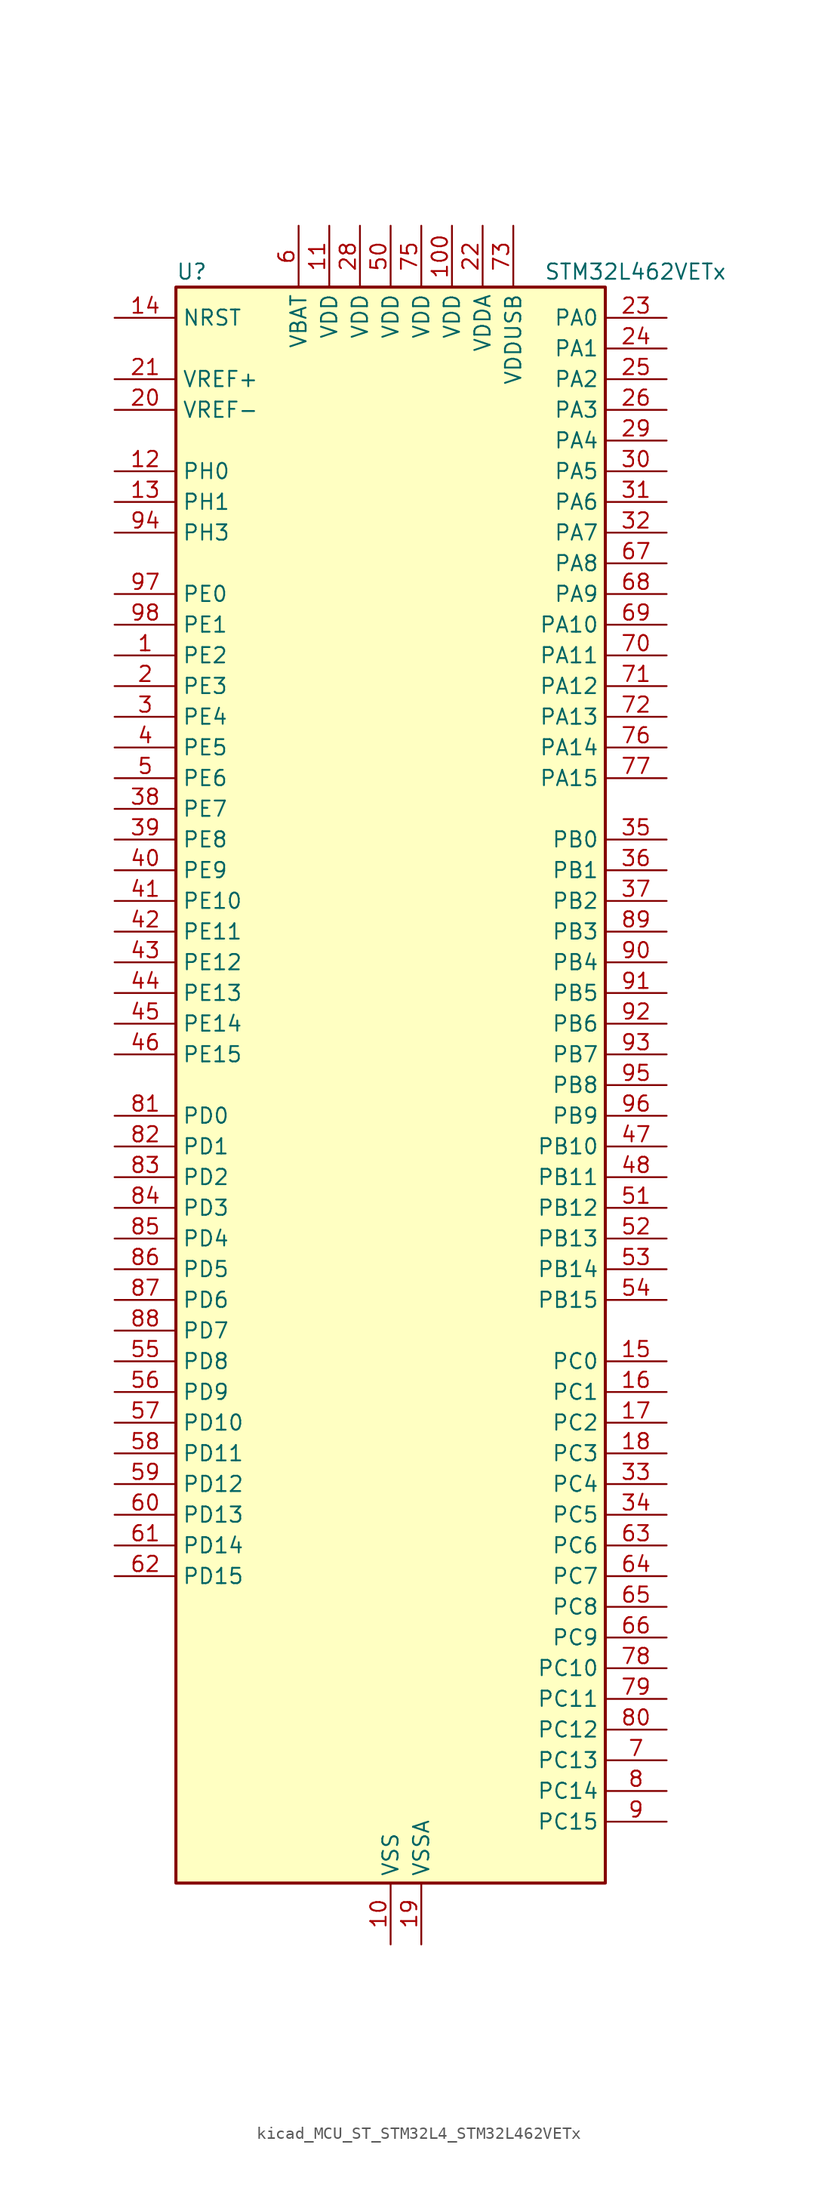
<source format=kicad_sym>
(kicad_symbol_lib
  (version 20220914)
  (generator kicad_symbol_editor)
  (symbol "kicad_MCU_ST_STM32L4_STM32L462VETx"
    (property "Reference" "U"
      (at -17.78 67.31 0)
      (effects (font (size 1.27 1.27)) (justify left)))
    (property "Value" "STM32L462VETx"
      (at 12.7 67.31 0)
      (effects (font (size 1.27 1.27)) (justify left)))
    (property "ki_locked" ""
      (at 0 0 0)
      (effects (font (size 1.27 1.27))))
    (symbol "kicad_MCU_ST_STM32L4_STM32L462VETx_0_1"
      (rectangle (start -17.78 -66.04) (end 17.78 66.04) (stroke (width 0.254) (type default)) (fill (type background))))
    (symbol "kicad_MCU_ST_STM32L4_STM32L462VETx_1_1"
      (pin bidirectional line (at -22.86 35.56 0) (length 5.08) (name "PE2" (effects (font (size 1.27 1.27)))) (number "1" (effects (font (size 1.27 1.27)))) (alternate "SAI1_MCLK_A" bidirectional line) (alternate "SYS_TRACECLK" bidirectional line) (alternate "TIM3_ETR" bidirectional line) (alternate "TSC_G7_IO1" bidirectional line))
      (pin power_in line (at 0 -71.12 90) (length 5.08) (name "VSS" (effects (font (size 1.27 1.27)))) (number "10" (effects (font (size 1.27 1.27)))))
      (pin power_in line (at 5.08 71.12 270) (length 5.08) (name "VDD" (effects (font (size 1.27 1.27)))) (number "100" (effects (font (size 1.27 1.27)))))
      (pin power_in line (at -5.08 71.12 270) (length 5.08) (name "VDD" (effects (font (size 1.27 1.27)))) (number "11" (effects (font (size 1.27 1.27)))))
      (pin bidirectional line (at -22.86 50.8 0) (length 5.08) (name "PH0" (effects (font (size 1.27 1.27)))) (number "12" (effects (font (size 1.27 1.27)))) (alternate "RCC_OSC_IN" bidirectional line))
      (pin bidirectional line (at -22.86 48.26 0) (length 5.08) (name "PH1" (effects (font (size 1.27 1.27)))) (number "13" (effects (font (size 1.27 1.27)))) (alternate "RCC_OSC_OUT" bidirectional line))
      (pin input line (at -22.86 63.5 0) (length 5.08) (name "NRST" (effects (font (size 1.27 1.27)))) (number "14" (effects (font (size 1.27 1.27)))))
      (pin bidirectional line (at 22.86 -22.86 180) (length 5.08) (name "PC0" (effects (font (size 1.27 1.27)))) (number "15" (effects (font (size 1.27 1.27)))) (alternate "ADC1_IN1" bidirectional line) (alternate "I2C3_SCL" bidirectional line) (alternate "I2C4_SCL" bidirectional line) (alternate "LPTIM1_IN1" bidirectional line) (alternate "LPTIM2_IN1" bidirectional line) (alternate "LPUART1_RX" bidirectional line))
      (pin bidirectional line (at 22.86 -25.4 180) (length 5.08) (name "PC1" (effects (font (size 1.27 1.27)))) (number "16" (effects (font (size 1.27 1.27)))) (alternate "ADC1_IN2" bidirectional line) (alternate "I2C3_SDA" bidirectional line) (alternate "I2C4_SDA" bidirectional line) (alternate "LPTIM1_OUT" bidirectional line) (alternate "LPUART1_TX" bidirectional line) (alternate "SYS_TRACED0" bidirectional line))
      (pin bidirectional line (at 22.86 -27.94 180) (length 5.08) (name "PC2" (effects (font (size 1.27 1.27)))) (number "17" (effects (font (size 1.27 1.27)))) (alternate "ADC1_IN3" bidirectional line) (alternate "DFSDM1_CKOUT" bidirectional line) (alternate "LPTIM1_IN2" bidirectional line) (alternate "SPI2_MISO" bidirectional line))
      (pin bidirectional line (at 22.86 -30.48 180) (length 5.08) (name "PC3" (effects (font (size 1.27 1.27)))) (number "18" (effects (font (size 1.27 1.27)))) (alternate "ADC1_IN4" bidirectional line) (alternate "LPTIM1_ETR" bidirectional line) (alternate "LPTIM2_ETR" bidirectional line) (alternate "SAI1_SD_A" bidirectional line) (alternate "SPI2_MOSI" bidirectional line))
      (pin power_in line (at 2.54 -71.12 90) (length 5.08) (name "VSSA" (effects (font (size 1.27 1.27)))) (number "19" (effects (font (size 1.27 1.27)))))
      (pin bidirectional line (at -22.86 33.02 0) (length 5.08) (name "PE3" (effects (font (size 1.27 1.27)))) (number "2" (effects (font (size 1.27 1.27)))) (alternate "SAI1_SD_B" bidirectional line) (alternate "SYS_TRACED0" bidirectional line) (alternate "TIM3_CH1" bidirectional line) (alternate "TSC_G7_IO2" bidirectional line))
      (pin input line (at -22.86 55.88 0) (length 5.08) (name "VREF-" (effects (font (size 1.27 1.27)))) (number "20" (effects (font (size 1.27 1.27)))))
      (pin input line (at -22.86 58.42 0) (length 5.08) (name "VREF+" (effects (font (size 1.27 1.27)))) (number "21" (effects (font (size 1.27 1.27)))) (alternate "VREFBUF_OUT" bidirectional line))
      (pin power_in line (at 7.62 71.12 270) (length 5.08) (name "VDDA" (effects (font (size 1.27 1.27)))) (number "22" (effects (font (size 1.27 1.27)))))
      (pin bidirectional line (at 22.86 63.5 180) (length 5.08) (name "PA0" (effects (font (size 1.27 1.27)))) (number "23" (effects (font (size 1.27 1.27)))) (alternate "ADC1_IN5" bidirectional line) (alternate "COMP1_INM" bidirectional line) (alternate "COMP1_OUT" bidirectional line) (alternate "OPAMP1_VINP" bidirectional line) (alternate "RTC_TAMP2" bidirectional line) (alternate "SAI1_EXTCLK" bidirectional line) (alternate "SYS_WKUP1" bidirectional line) (alternate "TIM2_CH1" bidirectional line) (alternate "TIM2_ETR" bidirectional line) (alternate "UART4_TX" bidirectional line) (alternate "USART2_CTS" bidirectional line))
      (pin bidirectional line (at 22.86 60.96 180) (length 5.08) (name "PA1" (effects (font (size 1.27 1.27)))) (number "24" (effects (font (size 1.27 1.27)))) (alternate "ADC1_IN6" bidirectional line) (alternate "COMP1_INP" bidirectional line) (alternate "I2C1_SMBA" bidirectional line) (alternate "OPAMP1_VINM" bidirectional line) (alternate "SPI1_SCK" bidirectional line) (alternate "TIM15_CH1N" bidirectional line) (alternate "TIM2_CH2" bidirectional line) (alternate "UART4_RX" bidirectional line) (alternate "USART2_DE" bidirectional line) (alternate "USART2_RTS" bidirectional line))
      (pin bidirectional line (at 22.86 58.42 180) (length 5.08) (name "PA2" (effects (font (size 1.27 1.27)))) (number "25" (effects (font (size 1.27 1.27)))) (alternate "ADC1_IN7" bidirectional line) (alternate "COMP2_INM" bidirectional line) (alternate "COMP2_OUT" bidirectional line) (alternate "LPUART1_TX" bidirectional line) (alternate "QUADSPI_BK1_NCS" bidirectional line) (alternate "RCC_LSCO" bidirectional line) (alternate "SYS_WKUP4" bidirectional line) (alternate "TIM15_CH1" bidirectional line) (alternate "TIM2_CH3" bidirectional line) (alternate "USART2_TX" bidirectional line))
      (pin bidirectional line (at 22.86 55.88 180) (length 5.08) (name "PA3" (effects (font (size 1.27 1.27)))) (number "26" (effects (font (size 1.27 1.27)))) (alternate "ADC1_IN8" bidirectional line) (alternate "COMP2_INP" bidirectional line) (alternate "LPUART1_RX" bidirectional line) (alternate "OPAMP1_VOUT" bidirectional line) (alternate "QUADSPI_CLK" bidirectional line) (alternate "SAI1_MCLK_A" bidirectional line) (alternate "TIM15_CH2" bidirectional line) (alternate "TIM2_CH4" bidirectional line) (alternate "USART2_RX" bidirectional line))
      (pin passive line (at 0 -71.12 90) (length 5.08) hide (name "VSS" (effects (font (size 1.27 1.27)))) (number "27" (effects (font (size 1.27 1.27)))))
      (pin power_in line (at -2.54 71.12 270) (length 5.08) (name "VDD" (effects (font (size 1.27 1.27)))) (number "28" (effects (font (size 1.27 1.27)))))
      (pin bidirectional line (at 22.86 53.34 180) (length 5.08) (name "PA4" (effects (font (size 1.27 1.27)))) (number "29" (effects (font (size 1.27 1.27)))) (alternate "ADC1_IN9" bidirectional line) (alternate "COMP1_INM" bidirectional line) (alternate "COMP2_INM" bidirectional line) (alternate "DAC1_OUT1" bidirectional line) (alternate "LPTIM2_OUT" bidirectional line) (alternate "SAI1_FS_B" bidirectional line) (alternate "SPI1_NSS" bidirectional line) (alternate "SPI3_NSS" bidirectional line) (alternate "USART2_CK" bidirectional line))
      (pin bidirectional line (at -22.86 30.48 0) (length 5.08) (name "PE4" (effects (font (size 1.27 1.27)))) (number "3" (effects (font (size 1.27 1.27)))) (alternate "DFSDM1_DATIN3" bidirectional line) (alternate "SAI1_FS_A" bidirectional line) (alternate "SYS_TRACED1" bidirectional line) (alternate "TIM3_CH2" bidirectional line) (alternate "TSC_G7_IO3" bidirectional line))
      (pin bidirectional line (at 22.86 50.8 180) (length 5.08) (name "PA5" (effects (font (size 1.27 1.27)))) (number "30" (effects (font (size 1.27 1.27)))) (alternate "ADC1_IN10" bidirectional line) (alternate "COMP1_INM" bidirectional line) (alternate "COMP2_INM" bidirectional line) (alternate "DFSDM1_CKOUT" bidirectional line) (alternate "LPTIM2_ETR" bidirectional line) (alternate "SPI1_SCK" bidirectional line) (alternate "TIM2_CH1" bidirectional line) (alternate "TIM2_ETR" bidirectional line))
      (pin bidirectional line (at 22.86 48.26 180) (length 5.08) (name "PA6" (effects (font (size 1.27 1.27)))) (number "31" (effects (font (size 1.27 1.27)))) (alternate "ADC1_IN11" bidirectional line) (alternate "COMP1_OUT" bidirectional line) (alternate "LPUART1_CTS" bidirectional line) (alternate "QUADSPI_BK1_IO3" bidirectional line) (alternate "SPI1_MISO" bidirectional line) (alternate "TIM16_CH1" bidirectional line) (alternate "TIM1_BKIN" bidirectional line) (alternate "TIM1_BKIN_COMP2" bidirectional line) (alternate "TIM3_CH1" bidirectional line) (alternate "USART3_CTS" bidirectional line))
      (pin bidirectional line (at 22.86 45.72 180) (length 5.08) (name "PA7" (effects (font (size 1.27 1.27)))) (number "32" (effects (font (size 1.27 1.27)))) (alternate "ADC1_IN12" bidirectional line) (alternate "COMP2_OUT" bidirectional line) (alternate "DFSDM1_DATIN0" bidirectional line) (alternate "I2C3_SCL" bidirectional line) (alternate "QUADSPI_BK1_IO2" bidirectional line) (alternate "SPI1_MOSI" bidirectional line) (alternate "TIM1_CH1N" bidirectional line) (alternate "TIM3_CH2" bidirectional line))
      (pin bidirectional line (at 22.86 -33.02 180) (length 5.08) (name "PC4" (effects (font (size 1.27 1.27)))) (number "33" (effects (font (size 1.27 1.27)))) (alternate "ADC1_IN13" bidirectional line) (alternate "COMP1_INM" bidirectional line) (alternate "USART3_TX" bidirectional line))
      (pin bidirectional line (at 22.86 -35.56 180) (length 5.08) (name "PC5" (effects (font (size 1.27 1.27)))) (number "34" (effects (font (size 1.27 1.27)))) (alternate "ADC1_IN14" bidirectional line) (alternate "COMP1_INP" bidirectional line) (alternate "SYS_WKUP5" bidirectional line) (alternate "USART3_RX" bidirectional line))
      (pin bidirectional line (at 22.86 20.32 180) (length 5.08) (name "PB0" (effects (font (size 1.27 1.27)))) (number "35" (effects (font (size 1.27 1.27)))) (alternate "ADC1_IN15" bidirectional line) (alternate "COMP1_OUT" bidirectional line) (alternate "DFSDM1_CKIN0" bidirectional line) (alternate "QUADSPI_BK1_IO1" bidirectional line) (alternate "SAI1_EXTCLK" bidirectional line) (alternate "SPI1_NSS" bidirectional line) (alternate "TIM1_CH2N" bidirectional line) (alternate "TIM3_CH3" bidirectional line) (alternate "USART3_CK" bidirectional line))
      (pin bidirectional line (at 22.86 17.78 180) (length 5.08) (name "PB1" (effects (font (size 1.27 1.27)))) (number "36" (effects (font (size 1.27 1.27)))) (alternate "ADC1_IN16" bidirectional line) (alternate "COMP1_INM" bidirectional line) (alternate "DFSDM1_DATIN0" bidirectional line) (alternate "LPTIM2_IN1" bidirectional line) (alternate "LPUART1_DE" bidirectional line) (alternate "LPUART1_RTS" bidirectional line) (alternate "QUADSPI_BK1_IO0" bidirectional line) (alternate "TIM1_CH3N" bidirectional line) (alternate "TIM3_CH4" bidirectional line) (alternate "USART3_DE" bidirectional line) (alternate "USART3_RTS" bidirectional line))
      (pin bidirectional line (at 22.86 15.24 180) (length 5.08) (name "PB2" (effects (font (size 1.27 1.27)))) (number "37" (effects (font (size 1.27 1.27)))) (alternate "COMP1_INP" bidirectional line) (alternate "DFSDM1_CKIN0" bidirectional line) (alternate "I2C3_SMBA" bidirectional line) (alternate "LPTIM1_OUT" bidirectional line) (alternate "RTC_OUT_ALARM" bidirectional line) (alternate "RTC_OUT_CALIB" bidirectional line))
      (pin bidirectional line (at -22.86 22.86 0) (length 5.08) (name "PE7" (effects (font (size 1.27 1.27)))) (number "38" (effects (font (size 1.27 1.27)))) (alternate "DFSDM1_DATIN2" bidirectional line) (alternate "SAI1_SD_B" bidirectional line) (alternate "TIM1_ETR" bidirectional line))
      (pin bidirectional line (at -22.86 20.32 0) (length 5.08) (name "PE8" (effects (font (size 1.27 1.27)))) (number "39" (effects (font (size 1.27 1.27)))) (alternate "DFSDM1_CKIN2" bidirectional line) (alternate "SAI1_SCK_B" bidirectional line) (alternate "TIM1_CH1N" bidirectional line))
      (pin bidirectional line (at -22.86 27.94 0) (length 5.08) (name "PE5" (effects (font (size 1.27 1.27)))) (number "4" (effects (font (size 1.27 1.27)))) (alternate "DFSDM1_CKIN3" bidirectional line) (alternate "SAI1_SCK_A" bidirectional line) (alternate "SYS_TRACED2" bidirectional line) (alternate "TIM3_CH3" bidirectional line) (alternate "TSC_G7_IO4" bidirectional line))
      (pin bidirectional line (at -22.86 17.78 0) (length 5.08) (name "PE9" (effects (font (size 1.27 1.27)))) (number "40" (effects (font (size 1.27 1.27)))) (alternate "DAC1_EXTI9" bidirectional line) (alternate "DFSDM1_CKOUT" bidirectional line) (alternate "SAI1_FS_B" bidirectional line) (alternate "TIM1_CH1" bidirectional line))
      (pin bidirectional line (at -22.86 15.24 0) (length 5.08) (name "PE10" (effects (font (size 1.27 1.27)))) (number "41" (effects (font (size 1.27 1.27)))) (alternate "QUADSPI_CLK" bidirectional line) (alternate "SAI1_MCLK_B" bidirectional line) (alternate "TIM1_CH2N" bidirectional line) (alternate "TSC_G5_IO1" bidirectional line))
      (pin bidirectional line (at -22.86 12.7 0) (length 5.08) (name "PE11" (effects (font (size 1.27 1.27)))) (number "42" (effects (font (size 1.27 1.27)))) (alternate "ADC1_EXTI11" bidirectional line) (alternate "QUADSPI_BK1_NCS" bidirectional line) (alternate "TIM1_CH2" bidirectional line) (alternate "TSC_G5_IO2" bidirectional line))
      (pin bidirectional line (at -22.86 10.16 0) (length 5.08) (name "PE12" (effects (font (size 1.27 1.27)))) (number "43" (effects (font (size 1.27 1.27)))) (alternate "QUADSPI_BK1_IO0" bidirectional line) (alternate "SPI1_NSS" bidirectional line) (alternate "TIM1_CH3N" bidirectional line) (alternate "TSC_G5_IO3" bidirectional line))
      (pin bidirectional line (at -22.86 7.62 0) (length 5.08) (name "PE13" (effects (font (size 1.27 1.27)))) (number "44" (effects (font (size 1.27 1.27)))) (alternate "QUADSPI_BK1_IO1" bidirectional line) (alternate "SPI1_SCK" bidirectional line) (alternate "TIM1_CH3" bidirectional line) (alternate "TSC_G5_IO4" bidirectional line))
      (pin bidirectional line (at -22.86 5.08 0) (length 5.08) (name "PE14" (effects (font (size 1.27 1.27)))) (number "45" (effects (font (size 1.27 1.27)))) (alternate "QUADSPI_BK1_IO2" bidirectional line) (alternate "SPI1_MISO" bidirectional line) (alternate "TIM1_BKIN2" bidirectional line) (alternate "TIM1_BKIN2_COMP2" bidirectional line) (alternate "TIM1_CH4" bidirectional line))
      (pin bidirectional line (at -22.86 2.54 0) (length 5.08) (name "PE15" (effects (font (size 1.27 1.27)))) (number "46" (effects (font (size 1.27 1.27)))) (alternate "ADC1_EXTI15" bidirectional line) (alternate "QUADSPI_BK1_IO3" bidirectional line) (alternate "SPI1_MOSI" bidirectional line) (alternate "TIM1_BKIN" bidirectional line) (alternate "TIM1_BKIN_COMP1" bidirectional line))
      (pin bidirectional line (at 22.86 -5.08 180) (length 5.08) (name "PB10" (effects (font (size 1.27 1.27)))) (number "47" (effects (font (size 1.27 1.27)))) (alternate "COMP1_OUT" bidirectional line) (alternate "I2C2_SCL" bidirectional line) (alternate "I2C4_SCL" bidirectional line) (alternate "LPUART1_RX" bidirectional line) (alternate "QUADSPI_CLK" bidirectional line) (alternate "SAI1_SCK_A" bidirectional line) (alternate "SPI2_SCK" bidirectional line) (alternate "TIM2_CH3" bidirectional line) (alternate "TSC_SYNC" bidirectional line) (alternate "USART3_TX" bidirectional line))
      (pin bidirectional line (at 22.86 -7.62 180) (length 5.08) (name "PB11" (effects (font (size 1.27 1.27)))) (number "48" (effects (font (size 1.27 1.27)))) (alternate "ADC1_EXTI11" bidirectional line) (alternate "COMP2_OUT" bidirectional line) (alternate "I2C2_SDA" bidirectional line) (alternate "I2C4_SDA" bidirectional line) (alternate "LPUART1_TX" bidirectional line) (alternate "QUADSPI_BK1_NCS" bidirectional line) (alternate "TIM2_CH4" bidirectional line) (alternate "USART3_RX" bidirectional line))
      (pin passive line (at 0 -71.12 90) (length 5.08) hide (name "VSS" (effects (font (size 1.27 1.27)))) (number "49" (effects (font (size 1.27 1.27)))))
      (pin bidirectional line (at -22.86 25.4 0) (length 5.08) (name "PE6" (effects (font (size 1.27 1.27)))) (number "5" (effects (font (size 1.27 1.27)))) (alternate "RTC_TAMP3" bidirectional line) (alternate "SAI1_SD_A" bidirectional line) (alternate "SYS_TRACED3" bidirectional line) (alternate "SYS_WKUP3" bidirectional line) (alternate "TIM3_CH4" bidirectional line))
      (pin power_in line (at 0 71.12 270) (length 5.08) (name "VDD" (effects (font (size 1.27 1.27)))) (number "50" (effects (font (size 1.27 1.27)))))
      (pin bidirectional line (at 22.86 -10.16 180) (length 5.08) (name "PB12" (effects (font (size 1.27 1.27)))) (number "51" (effects (font (size 1.27 1.27)))) (alternate "CAN1_RX" bidirectional line) (alternate "DFSDM1_DATIN1" bidirectional line) (alternate "I2C2_SMBA" bidirectional line) (alternate "LPUART1_DE" bidirectional line) (alternate "LPUART1_RTS" bidirectional line) (alternate "SAI1_FS_A" bidirectional line) (alternate "SPI2_NSS" bidirectional line) (alternate "TIM15_BKIN" bidirectional line) (alternate "TIM1_BKIN" bidirectional line) (alternate "TIM1_BKIN_COMP2" bidirectional line) (alternate "TSC_G1_IO1" bidirectional line) (alternate "USART3_CK" bidirectional line))
      (pin bidirectional line (at 22.86 -12.7 180) (length 5.08) (name "PB13" (effects (font (size 1.27 1.27)))) (number "52" (effects (font (size 1.27 1.27)))) (alternate "CAN1_TX" bidirectional line) (alternate "DFSDM1_CKIN1" bidirectional line) (alternate "I2C2_SCL" bidirectional line) (alternate "LPUART1_CTS" bidirectional line) (alternate "SAI1_SCK_A" bidirectional line) (alternate "SPI2_SCK" bidirectional line) (alternate "TIM15_CH1N" bidirectional line) (alternate "TIM1_CH1N" bidirectional line) (alternate "TSC_G1_IO2" bidirectional line) (alternate "USART3_CTS" bidirectional line))
      (pin bidirectional line (at 22.86 -15.24 180) (length 5.08) (name "PB14" (effects (font (size 1.27 1.27)))) (number "53" (effects (font (size 1.27 1.27)))) (alternate "DFSDM1_DATIN2" bidirectional line) (alternate "I2C2_SDA" bidirectional line) (alternate "SAI1_MCLK_A" bidirectional line) (alternate "SPI2_MISO" bidirectional line) (alternate "TIM15_CH1" bidirectional line) (alternate "TIM1_CH2N" bidirectional line) (alternate "TSC_G1_IO3" bidirectional line) (alternate "USART3_DE" bidirectional line) (alternate "USART3_RTS" bidirectional line))
      (pin bidirectional line (at 22.86 -17.78 180) (length 5.08) (name "PB15" (effects (font (size 1.27 1.27)))) (number "54" (effects (font (size 1.27 1.27)))) (alternate "ADC1_EXTI15" bidirectional line) (alternate "DFSDM1_CKIN2" bidirectional line) (alternate "RTC_REFIN" bidirectional line) (alternate "SAI1_SD_A" bidirectional line) (alternate "SPI2_MOSI" bidirectional line) (alternate "TIM15_CH2" bidirectional line) (alternate "TIM1_CH3N" bidirectional line) (alternate "TSC_G1_IO4" bidirectional line))
      (pin bidirectional line (at -22.86 -22.86 0) (length 5.08) (name "PD8" (effects (font (size 1.27 1.27)))) (number "55" (effects (font (size 1.27 1.27)))) (alternate "USART3_TX" bidirectional line))
      (pin bidirectional line (at -22.86 -25.4 0) (length 5.08) (name "PD9" (effects (font (size 1.27 1.27)))) (number "56" (effects (font (size 1.27 1.27)))) (alternate "DAC1_EXTI9" bidirectional line) (alternate "USART3_RX" bidirectional line))
      (pin bidirectional line (at -22.86 -27.94 0) (length 5.08) (name "PD10" (effects (font (size 1.27 1.27)))) (number "57" (effects (font (size 1.27 1.27)))) (alternate "TSC_G6_IO1" bidirectional line) (alternate "USART3_CK" bidirectional line))
      (pin bidirectional line (at -22.86 -30.48 0) (length 5.08) (name "PD11" (effects (font (size 1.27 1.27)))) (number "58" (effects (font (size 1.27 1.27)))) (alternate "ADC1_EXTI11" bidirectional line) (alternate "I2C4_SMBA" bidirectional line) (alternate "LPTIM2_ETR" bidirectional line) (alternate "TSC_G6_IO2" bidirectional line) (alternate "USART3_CTS" bidirectional line))
      (pin bidirectional line (at -22.86 -33.02 0) (length 5.08) (name "PD12" (effects (font (size 1.27 1.27)))) (number "59" (effects (font (size 1.27 1.27)))) (alternate "I2C4_SCL" bidirectional line) (alternate "LPTIM2_IN1" bidirectional line) (alternate "TSC_G6_IO3" bidirectional line) (alternate "USART3_DE" bidirectional line) (alternate "USART3_RTS" bidirectional line))
      (pin power_in line (at -7.62 71.12 270) (length 5.08) (name "VBAT" (effects (font (size 1.27 1.27)))) (number "6" (effects (font (size 1.27 1.27)))))
      (pin bidirectional line (at -22.86 -35.56 0) (length 5.08) (name "PD13" (effects (font (size 1.27 1.27)))) (number "60" (effects (font (size 1.27 1.27)))) (alternate "I2C4_SDA" bidirectional line) (alternate "LPTIM2_OUT" bidirectional line) (alternate "TSC_G6_IO4" bidirectional line))
      (pin bidirectional line (at -22.86 -38.1 0) (length 5.08) (name "PD14" (effects (font (size 1.27 1.27)))) (number "61" (effects (font (size 1.27 1.27)))))
      (pin bidirectional line (at -22.86 -40.64 0) (length 5.08) (name "PD15" (effects (font (size 1.27 1.27)))) (number "62" (effects (font (size 1.27 1.27)))) (alternate "ADC1_EXTI15" bidirectional line))
      (pin bidirectional line (at 22.86 -38.1 180) (length 5.08) (name "PC6" (effects (font (size 1.27 1.27)))) (number "63" (effects (font (size 1.27 1.27)))) (alternate "DFSDM1_CKIN3" bidirectional line) (alternate "SDMMC1_D6" bidirectional line) (alternate "TIM3_CH1" bidirectional line) (alternate "TSC_G4_IO1" bidirectional line))
      (pin bidirectional line (at 22.86 -40.64 180) (length 5.08) (name "PC7" (effects (font (size 1.27 1.27)))) (number "64" (effects (font (size 1.27 1.27)))) (alternate "DFSDM1_DATIN3" bidirectional line) (alternate "SDMMC1_D7" bidirectional line) (alternate "TIM3_CH2" bidirectional line) (alternate "TSC_G4_IO2" bidirectional line))
      (pin bidirectional line (at 22.86 -43.18 180) (length 5.08) (name "PC8" (effects (font (size 1.27 1.27)))) (number "65" (effects (font (size 1.27 1.27)))) (alternate "SDMMC1_D0" bidirectional line) (alternate "TIM3_CH3" bidirectional line) (alternate "TSC_G4_IO3" bidirectional line))
      (pin bidirectional line (at 22.86 -45.72 180) (length 5.08) (name "PC9" (effects (font (size 1.27 1.27)))) (number "66" (effects (font (size 1.27 1.27)))) (alternate "DAC1_EXTI9" bidirectional line) (alternate "SDMMC1_D1" bidirectional line) (alternate "TIM3_CH4" bidirectional line) (alternate "TSC_G4_IO4" bidirectional line) (alternate "USB_NOE" bidirectional line))
      (pin bidirectional line (at 22.86 43.18 180) (length 5.08) (name "PA8" (effects (font (size 1.27 1.27)))) (number "67" (effects (font (size 1.27 1.27)))) (alternate "DFSDM1_CKIN1" bidirectional line) (alternate "LPTIM2_OUT" bidirectional line) (alternate "RCC_MCO" bidirectional line) (alternate "SAI1_SCK_A" bidirectional line) (alternate "TIM1_CH1" bidirectional line) (alternate "USART1_CK" bidirectional line))
      (pin bidirectional line (at 22.86 40.64 180) (length 5.08) (name "PA9" (effects (font (size 1.27 1.27)))) (number "68" (effects (font (size 1.27 1.27)))) (alternate "DAC1_EXTI9" bidirectional line) (alternate "DFSDM1_DATIN1" bidirectional line) (alternate "I2C1_SCL" bidirectional line) (alternate "SAI1_FS_A" bidirectional line) (alternate "TIM15_BKIN" bidirectional line) (alternate "TIM1_CH2" bidirectional line) (alternate "USART1_TX" bidirectional line))
      (pin bidirectional line (at 22.86 38.1 180) (length 5.08) (name "PA10" (effects (font (size 1.27 1.27)))) (number "69" (effects (font (size 1.27 1.27)))) (alternate "CRS_SYNC" bidirectional line) (alternate "I2C1_SDA" bidirectional line) (alternate "SAI1_SD_A" bidirectional line) (alternate "TIM1_CH3" bidirectional line) (alternate "USART1_RX" bidirectional line))
      (pin bidirectional line (at 22.86 -55.88 180) (length 5.08) (name "PC13" (effects (font (size 1.27 1.27)))) (number "7" (effects (font (size 1.27 1.27)))) (alternate "RTC_OUT_ALARM" bidirectional line) (alternate "RTC_OUT_CALIB" bidirectional line) (alternate "RTC_TAMP1" bidirectional line) (alternate "RTC_TS" bidirectional line) (alternate "SYS_WKUP2" bidirectional line))
      (pin bidirectional line (at 22.86 35.56 180) (length 5.08) (name "PA11" (effects (font (size 1.27 1.27)))) (number "70" (effects (font (size 1.27 1.27)))) (alternate "ADC1_EXTI11" bidirectional line) (alternate "CAN1_RX" bidirectional line) (alternate "COMP1_OUT" bidirectional line) (alternate "SPI1_MISO" bidirectional line) (alternate "TIM1_BKIN2" bidirectional line) (alternate "TIM1_BKIN2_COMP1" bidirectional line) (alternate "TIM1_CH4" bidirectional line) (alternate "USART1_CTS" bidirectional line) (alternate "USB_DM" bidirectional line))
      (pin bidirectional line (at 22.86 33.02 180) (length 5.08) (name "PA12" (effects (font (size 1.27 1.27)))) (number "71" (effects (font (size 1.27 1.27)))) (alternate "CAN1_TX" bidirectional line) (alternate "SPI1_MOSI" bidirectional line) (alternate "TIM1_ETR" bidirectional line) (alternate "USART1_DE" bidirectional line) (alternate "USART1_RTS" bidirectional line) (alternate "USB_DP" bidirectional line))
      (pin bidirectional line (at 22.86 30.48 180) (length 5.08) (name "PA13" (effects (font (size 1.27 1.27)))) (number "72" (effects (font (size 1.27 1.27)))) (alternate "IR_OUT" bidirectional line) (alternate "SAI1_SD_B" bidirectional line) (alternate "SYS_JTMS-SWDIO" bidirectional line) (alternate "USB_NOE" bidirectional line))
      (pin power_in line (at 10.16 71.12 270) (length 5.08) (name "VDDUSB" (effects (font (size 1.27 1.27)))) (number "73" (effects (font (size 1.27 1.27)))))
      (pin passive line (at 0 -71.12 90) (length 5.08) hide (name "VSS" (effects (font (size 1.27 1.27)))) (number "74" (effects (font (size 1.27 1.27)))))
      (pin power_in line (at 2.54 71.12 270) (length 5.08) (name "VDD" (effects (font (size 1.27 1.27)))) (number "75" (effects (font (size 1.27 1.27)))))
      (pin bidirectional line (at 22.86 27.94 180) (length 5.08) (name "PA14" (effects (font (size 1.27 1.27)))) (number "76" (effects (font (size 1.27 1.27)))) (alternate "I2C1_SMBA" bidirectional line) (alternate "I2C4_SMBA" bidirectional line) (alternate "LPTIM1_OUT" bidirectional line) (alternate "SAI1_FS_B" bidirectional line) (alternate "SYS_JTCK-SWCLK" bidirectional line))
      (pin bidirectional line (at 22.86 25.4 180) (length 5.08) (name "PA15" (effects (font (size 1.27 1.27)))) (number "77" (effects (font (size 1.27 1.27)))) (alternate "ADC1_EXTI15" bidirectional line) (alternate "SPI1_NSS" bidirectional line) (alternate "SPI3_NSS" bidirectional line) (alternate "SYS_JTDI" bidirectional line) (alternate "TIM2_CH1" bidirectional line) (alternate "TIM2_ETR" bidirectional line) (alternate "TSC_G3_IO1" bidirectional line) (alternate "UART4_DE" bidirectional line) (alternate "UART4_RTS" bidirectional line) (alternate "USART2_RX" bidirectional line) (alternate "USART3_DE" bidirectional line) (alternate "USART3_RTS" bidirectional line))
      (pin bidirectional line (at 22.86 -48.26 180) (length 5.08) (name "PC10" (effects (font (size 1.27 1.27)))) (number "78" (effects (font (size 1.27 1.27)))) (alternate "SDMMC1_D2" bidirectional line) (alternate "SPI3_SCK" bidirectional line) (alternate "SYS_TRACED1" bidirectional line) (alternate "TSC_G3_IO2" bidirectional line) (alternate "UART4_TX" bidirectional line) (alternate "USART3_TX" bidirectional line))
      (pin bidirectional line (at 22.86 -50.8 180) (length 5.08) (name "PC11" (effects (font (size 1.27 1.27)))) (number "79" (effects (font (size 1.27 1.27)))) (alternate "ADC1_EXTI11" bidirectional line) (alternate "SDMMC1_D3" bidirectional line) (alternate "SPI3_MISO" bidirectional line) (alternate "TSC_G3_IO3" bidirectional line) (alternate "UART4_RX" bidirectional line) (alternate "USART3_RX" bidirectional line))
      (pin bidirectional line (at 22.86 -58.42 180) (length 5.08) (name "PC14" (effects (font (size 1.27 1.27)))) (number "8" (effects (font (size 1.27 1.27)))) (alternate "RCC_OSC32_IN" bidirectional line))
      (pin bidirectional line (at 22.86 -53.34 180) (length 5.08) (name "PC12" (effects (font (size 1.27 1.27)))) (number "80" (effects (font (size 1.27 1.27)))) (alternate "SDMMC1_CK" bidirectional line) (alternate "SPI3_MOSI" bidirectional line) (alternate "SYS_TRACED3" bidirectional line) (alternate "TSC_G3_IO4" bidirectional line) (alternate "USART3_CK" bidirectional line))
      (pin bidirectional line (at -22.86 -2.54 0) (length 5.08) (name "PD0" (effects (font (size 1.27 1.27)))) (number "81" (effects (font (size 1.27 1.27)))) (alternate "CAN1_RX" bidirectional line) (alternate "SPI2_NSS" bidirectional line))
      (pin bidirectional line (at -22.86 -5.08 0) (length 5.08) (name "PD1" (effects (font (size 1.27 1.27)))) (number "82" (effects (font (size 1.27 1.27)))) (alternate "CAN1_TX" bidirectional line) (alternate "SPI2_SCK" bidirectional line))
      (pin bidirectional line (at -22.86 -7.62 0) (length 5.08) (name "PD2" (effects (font (size 1.27 1.27)))) (number "83" (effects (font (size 1.27 1.27)))) (alternate "SDMMC1_CMD" bidirectional line) (alternate "SYS_TRACED2" bidirectional line) (alternate "TIM3_ETR" bidirectional line) (alternate "TSC_SYNC" bidirectional line) (alternate "USART3_DE" bidirectional line) (alternate "USART3_RTS" bidirectional line))
      (pin bidirectional line (at -22.86 -10.16 0) (length 5.08) (name "PD3" (effects (font (size 1.27 1.27)))) (number "84" (effects (font (size 1.27 1.27)))) (alternate "DFSDM1_DATIN0" bidirectional line) (alternate "QUADSPI_BK2_NCS" bidirectional line) (alternate "SPI2_MISO" bidirectional line) (alternate "USART2_CTS" bidirectional line))
      (pin bidirectional line (at -22.86 -12.7 0) (length 5.08) (name "PD4" (effects (font (size 1.27 1.27)))) (number "85" (effects (font (size 1.27 1.27)))) (alternate "DFSDM1_CKIN0" bidirectional line) (alternate "QUADSPI_BK2_IO0" bidirectional line) (alternate "SPI2_MOSI" bidirectional line) (alternate "USART2_DE" bidirectional line) (alternate "USART2_RTS" bidirectional line))
      (pin bidirectional line (at -22.86 -15.24 0) (length 5.08) (name "PD5" (effects (font (size 1.27 1.27)))) (number "86" (effects (font (size 1.27 1.27)))) (alternate "QUADSPI_BK2_IO1" bidirectional line) (alternate "USART2_TX" bidirectional line))
      (pin bidirectional line (at -22.86 -17.78 0) (length 5.08) (name "PD6" (effects (font (size 1.27 1.27)))) (number "87" (effects (font (size 1.27 1.27)))) (alternate "DFSDM1_DATIN1" bidirectional line) (alternate "QUADSPI_BK2_IO2" bidirectional line) (alternate "SAI1_SD_A" bidirectional line) (alternate "USART2_RX" bidirectional line))
      (pin bidirectional line (at -22.86 -20.32 0) (length 5.08) (name "PD7" (effects (font (size 1.27 1.27)))) (number "88" (effects (font (size 1.27 1.27)))) (alternate "DFSDM1_CKIN1" bidirectional line) (alternate "QUADSPI_BK2_IO3" bidirectional line) (alternate "USART2_CK" bidirectional line))
      (pin bidirectional line (at 22.86 12.7 180) (length 5.08) (name "PB3" (effects (font (size 1.27 1.27)))) (number "89" (effects (font (size 1.27 1.27)))) (alternate "COMP2_INM" bidirectional line) (alternate "SAI1_SCK_B" bidirectional line) (alternate "SPI1_SCK" bidirectional line) (alternate "SPI3_SCK" bidirectional line) (alternate "SYS_JTDO-SWO" bidirectional line) (alternate "TIM2_CH2" bidirectional line) (alternate "USART1_DE" bidirectional line) (alternate "USART1_RTS" bidirectional line))
      (pin bidirectional line (at 22.86 -60.96 180) (length 5.08) (name "PC15" (effects (font (size 1.27 1.27)))) (number "9" (effects (font (size 1.27 1.27)))) (alternate "ADC1_EXTI15" bidirectional line) (alternate "RCC_OSC32_OUT" bidirectional line))
      (pin bidirectional line (at 22.86 10.16 180) (length 5.08) (name "PB4" (effects (font (size 1.27 1.27)))) (number "90" (effects (font (size 1.27 1.27)))) (alternate "COMP2_INP" bidirectional line) (alternate "I2C3_SDA" bidirectional line) (alternate "SAI1_MCLK_B" bidirectional line) (alternate "SPI1_MISO" bidirectional line) (alternate "SPI3_MISO" bidirectional line) (alternate "SYS_JTRST" bidirectional line) (alternate "TIM3_CH1" bidirectional line) (alternate "TSC_G2_IO1" bidirectional line) (alternate "USART1_CTS" bidirectional line))
      (pin bidirectional line (at 22.86 7.62 180) (length 5.08) (name "PB5" (effects (font (size 1.27 1.27)))) (number "91" (effects (font (size 1.27 1.27)))) (alternate "CAN1_RX" bidirectional line) (alternate "COMP2_OUT" bidirectional line) (alternate "I2C1_SMBA" bidirectional line) (alternate "LPTIM1_IN1" bidirectional line) (alternate "SAI1_SD_B" bidirectional line) (alternate "SPI1_MOSI" bidirectional line) (alternate "SPI3_MOSI" bidirectional line) (alternate "TIM16_BKIN" bidirectional line) (alternate "TIM3_CH2" bidirectional line) (alternate "TSC_G2_IO2" bidirectional line) (alternate "USART1_CK" bidirectional line))
      (pin bidirectional line (at 22.86 5.08 180) (length 5.08) (name "PB6" (effects (font (size 1.27 1.27)))) (number "92" (effects (font (size 1.27 1.27)))) (alternate "CAN1_TX" bidirectional line) (alternate "COMP2_INP" bidirectional line) (alternate "I2C1_SCL" bidirectional line) (alternate "I2C4_SCL" bidirectional line) (alternate "LPTIM1_ETR" bidirectional line) (alternate "SAI1_FS_B" bidirectional line) (alternate "TIM16_CH1N" bidirectional line) (alternate "TSC_G2_IO3" bidirectional line) (alternate "USART1_TX" bidirectional line))
      (pin bidirectional line (at 22.86 2.54 180) (length 5.08) (name "PB7" (effects (font (size 1.27 1.27)))) (number "93" (effects (font (size 1.27 1.27)))) (alternate "COMP2_INM" bidirectional line) (alternate "I2C1_SDA" bidirectional line) (alternate "I2C4_SDA" bidirectional line) (alternate "LPTIM1_IN2" bidirectional line) (alternate "SYS_PVD_IN" bidirectional line) (alternate "TSC_G2_IO4" bidirectional line) (alternate "UART4_CTS" bidirectional line) (alternate "USART1_RX" bidirectional line))
      (pin bidirectional line (at -22.86 45.72 0) (length 5.08) (name "PH3" (effects (font (size 1.27 1.27)))) (number "94" (effects (font (size 1.27 1.27)))))
      (pin bidirectional line (at 22.86 0 180) (length 5.08) (name "PB8" (effects (font (size 1.27 1.27)))) (number "95" (effects (font (size 1.27 1.27)))) (alternate "CAN1_RX" bidirectional line) (alternate "I2C1_SCL" bidirectional line) (alternate "SAI1_MCLK_A" bidirectional line) (alternate "SDMMC1_D4" bidirectional line) (alternate "TIM16_CH1" bidirectional line))
      (pin bidirectional line (at 22.86 -2.54 180) (length 5.08) (name "PB9" (effects (font (size 1.27 1.27)))) (number "96" (effects (font (size 1.27 1.27)))) (alternate "CAN1_TX" bidirectional line) (alternate "DAC1_EXTI9" bidirectional line) (alternate "I2C1_SDA" bidirectional line) (alternate "IR_OUT" bidirectional line) (alternate "SAI1_FS_A" bidirectional line) (alternate "SDMMC1_D5" bidirectional line) (alternate "SPI2_NSS" bidirectional line))
      (pin bidirectional line (at -22.86 40.64 0) (length 5.08) (name "PE0" (effects (font (size 1.27 1.27)))) (number "97" (effects (font (size 1.27 1.27)))) (alternate "TIM16_CH1" bidirectional line))
      (pin bidirectional line (at -22.86 38.1 0) (length 5.08) (name "PE1" (effects (font (size 1.27 1.27)))) (number "98" (effects (font (size 1.27 1.27)))))
      (pin passive line (at 0 -71.12 90) (length 5.08) hide (name "VSS" (effects (font (size 1.27 1.27)))) (number "99" (effects (font (size 1.27 1.27))))))))
</source>
